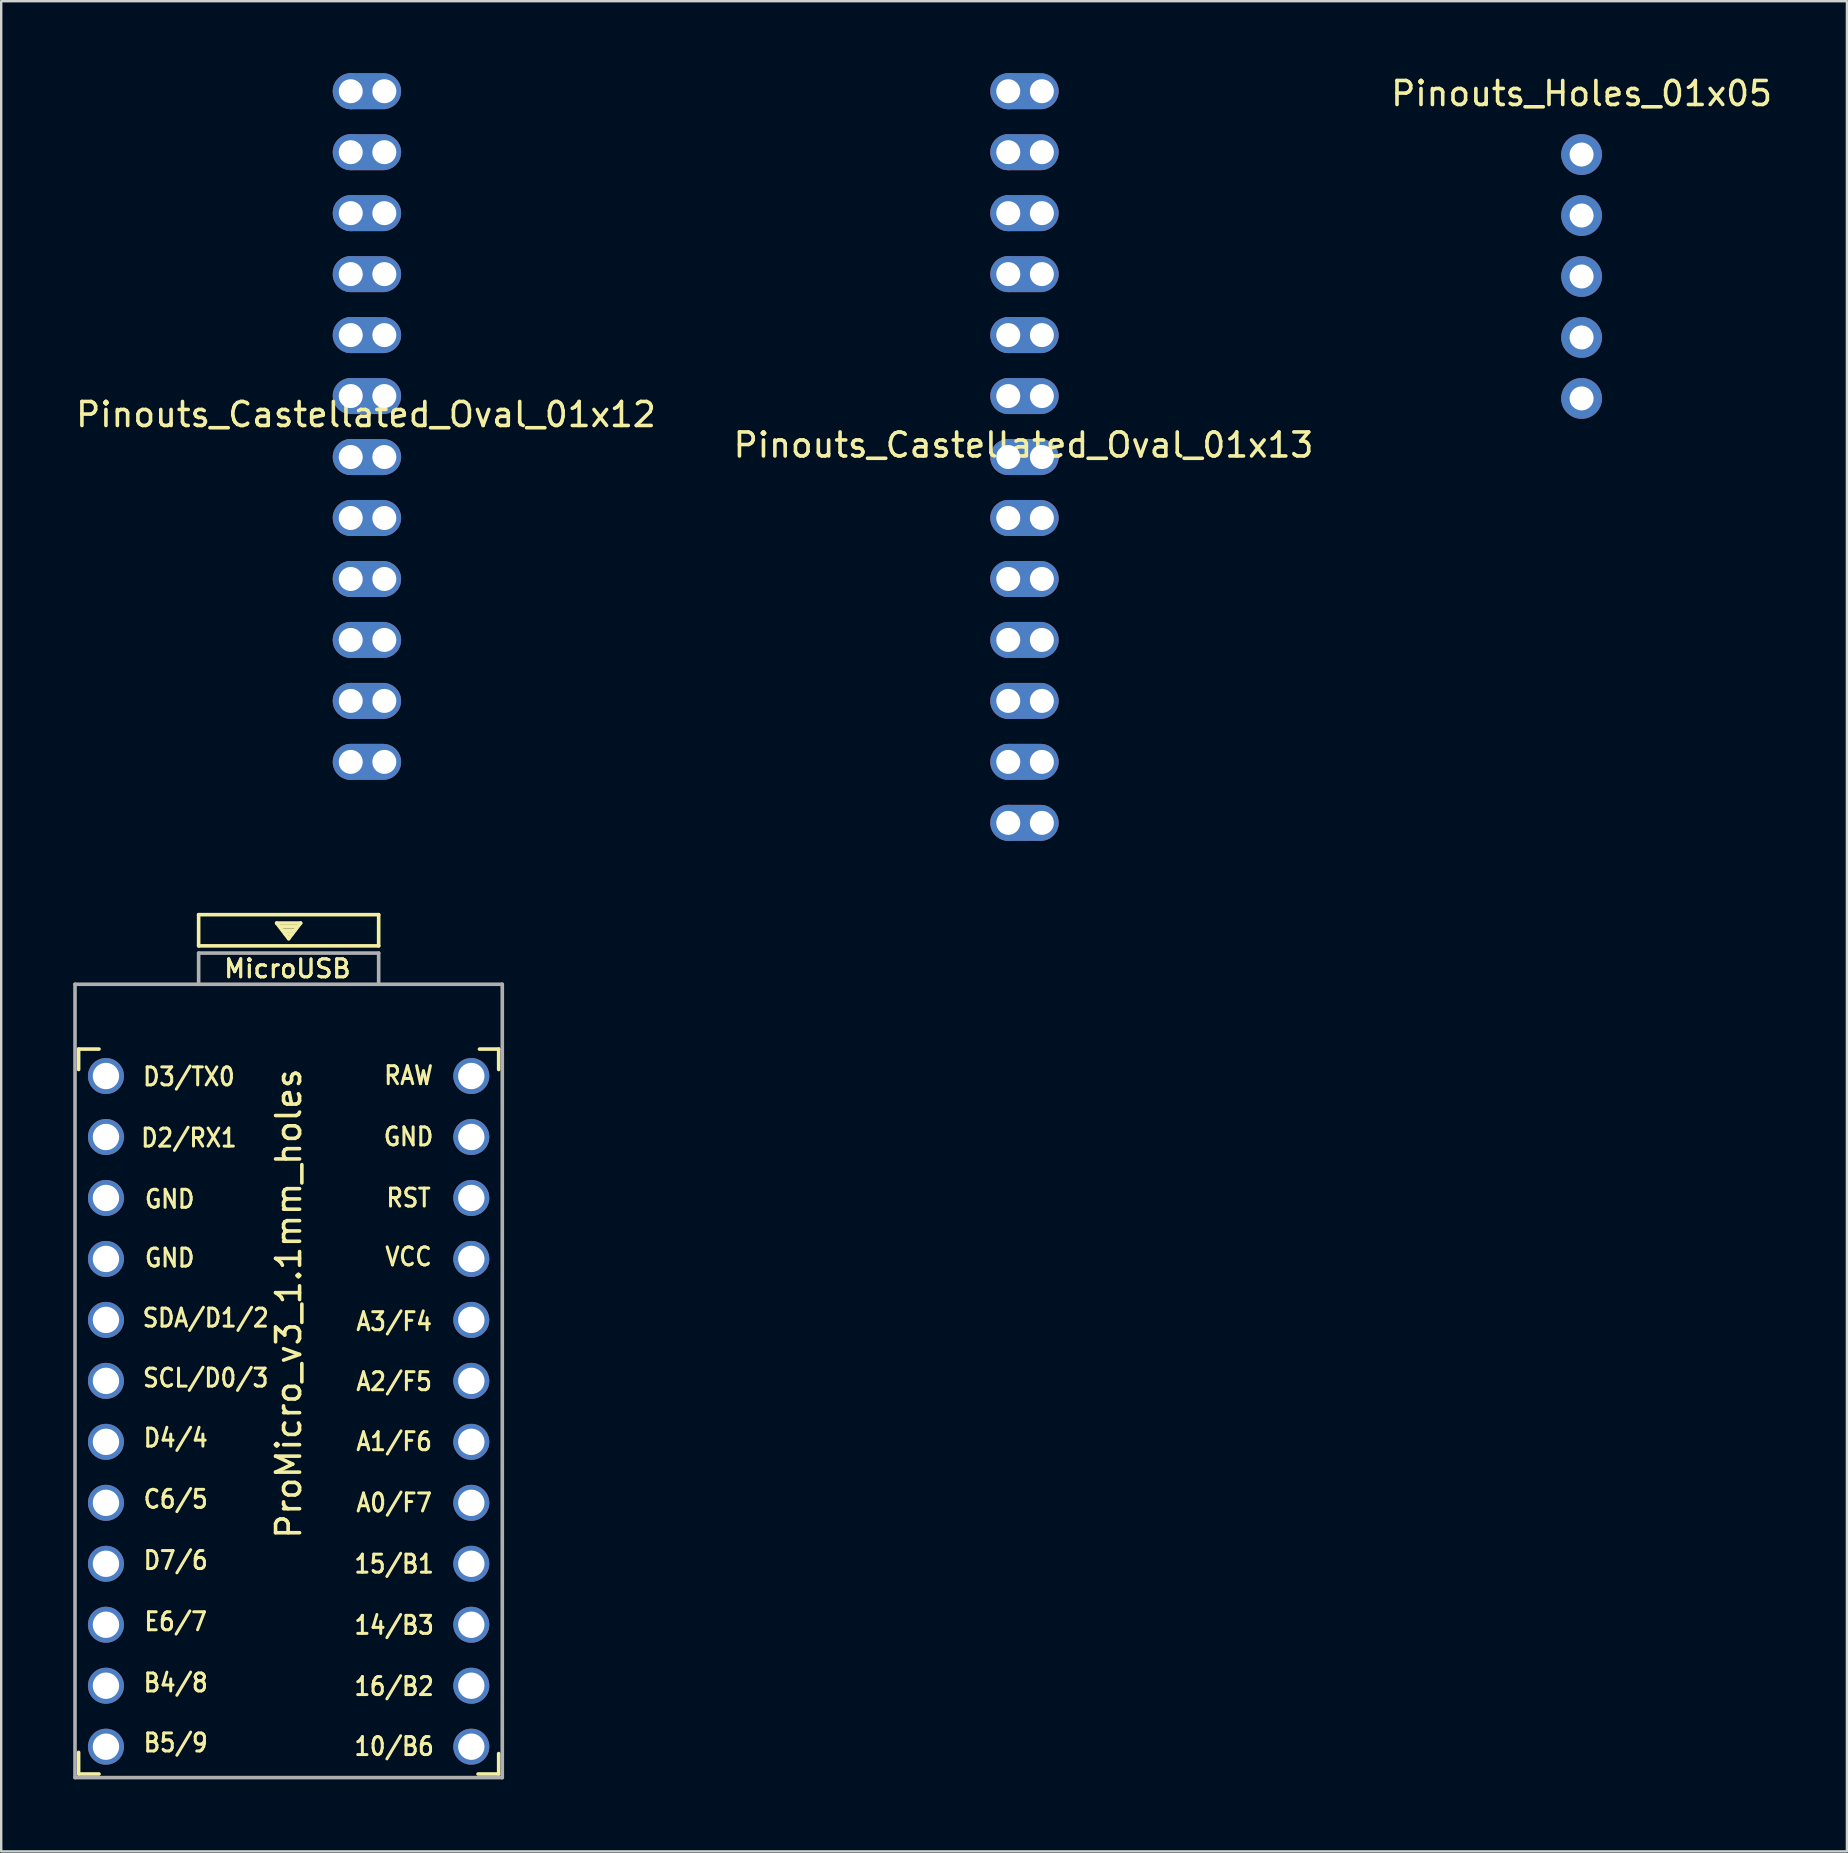
<source format=kicad_pcb>
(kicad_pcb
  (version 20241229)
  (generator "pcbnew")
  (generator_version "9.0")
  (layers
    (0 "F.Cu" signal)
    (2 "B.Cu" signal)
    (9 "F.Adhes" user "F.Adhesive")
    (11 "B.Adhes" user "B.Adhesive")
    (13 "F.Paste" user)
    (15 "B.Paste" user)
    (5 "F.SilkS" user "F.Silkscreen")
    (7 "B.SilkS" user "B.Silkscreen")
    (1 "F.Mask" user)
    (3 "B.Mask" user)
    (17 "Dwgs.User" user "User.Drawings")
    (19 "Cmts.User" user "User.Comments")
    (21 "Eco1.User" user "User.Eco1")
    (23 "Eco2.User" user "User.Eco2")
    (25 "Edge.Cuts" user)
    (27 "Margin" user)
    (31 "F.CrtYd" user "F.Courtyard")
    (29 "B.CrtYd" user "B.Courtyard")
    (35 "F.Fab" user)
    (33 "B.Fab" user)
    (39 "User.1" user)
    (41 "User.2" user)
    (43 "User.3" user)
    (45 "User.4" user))
  (footprint "ProMicro_v3_1.1mm_holes"
    (layer "F.Cu")
    (at 8.975 56.255)
    (property "Reference" "ProMicro_v3_1.1mm_holes" (at 0 -5 270) (layer "F.SilkS") (effects (font (size 1 1) (thickness 0.15))))
    (attr through_hole)
    (fp_line (start -8.75 -15.6) (end -8.75 -14.75) (stroke (width 0.15) (type solid)) (layer "F.SilkS"))
    (fp_line (start -8.75 -15.6) (end -7.9 -15.6) (stroke (width 0.15) (type solid)) (layer "F.SilkS"))
    (fp_line (start -8.75 13.7) (end -8.75 14.6) (stroke (width 0.15) (type solid)) (layer "F.SilkS"))
    (fp_line (start -8.75 14.6) (end -7.9 14.6) (stroke (width 0.15) (type solid)) (layer "F.SilkS"))
    (fp_line (start -3.75 -21.2) (end -3.75 -19.9) (stroke (width 0.15) (type solid)) (layer "F.SilkS"))
    (fp_line (start -3.75 -19.9) (end 3.75 -19.9) (stroke (width 0.15) (type solid)) (layer "F.SilkS"))
    (fp_line (start -0.5 -20.85) (end 0.5 -20.85) (stroke (width 0.15) (type solid)) (layer "F.SilkS"))
    (fp_line (start -0.35 -20.7) (end 0.35 -20.7) (stroke (width 0.15) (type solid)) (layer "F.SilkS"))
    (fp_line (start -0.25 -20.55) (end 0.25 -20.55) (stroke (width 0.15) (type solid)) (layer "F.SilkS"))
    (fp_line (start -0.15 -20.4) (end 0.15 -20.4) (stroke (width 0.15) (type solid)) (layer "F.SilkS"))
    (fp_line (start 0 -20.2) (end -0.5 -20.85) (stroke (width 0.15) (type solid)) (layer "F.SilkS"))
    (fp_line (start 0.5 -20.85) (end 0 -20.2) (stroke (width 0.15) (type solid)) (layer "F.SilkS"))
    (fp_line (start 3.75 -21.2) (end -3.75 -21.2) (stroke (width 0.15) (type solid)) (layer "F.SilkS"))
    (fp_line (start 3.75 -19.9) (end 3.75 -21.2) (stroke (width 0.15) (type solid)) (layer "F.SilkS"))
    (fp_line (start 8.75 -15.6) (end 7.95 -15.6) (stroke (width 0.15) (type solid)) (layer "F.SilkS"))
    (fp_line (start 8.75 -15.6) (end 8.75 -14.75) (stroke (width 0.15) (type solid)) (layer "F.SilkS"))
    (fp_line (start 8.75 13.75) (end 8.75 14.6) (stroke (width 0.15) (type solid)) (layer "F.SilkS"))
    (fp_line (start 8.75 14.6) (end 7.89 14.6) (stroke (width 0.15) (type solid)) (layer "F.SilkS"))
    (fp_line (start -8.9 -18.3) (end -3.75 -18.3) (stroke (width 0.15) (type solid)) (layer "F.Fab"))
    (fp_line (start -8.9 14.75) (end -8.9 -18.3) (stroke (width 0.15) (type solid)) (layer "F.Fab"))
    (fp_line (start -3.75 -19.6) (end -3.75 -18.299) (stroke (width 0.15) (type solid)) (layer "F.Fab"))
    (fp_line (start -3.75 -19.6) (end 3.75 -19.6) (stroke (width 0.15) (type solid)) (layer "F.Fab"))
    (fp_line (start -3.75 -18.3) (end 3.75 -18.3) (stroke (width 0.15) (type solid)) (layer "F.Fab"))
    (fp_line (start 3.75 -19.6) (end 3.75 -18.3) (stroke (width 0.15) (type solid)) (layer "F.Fab"))
    (fp_line (start 3.76 -18.3) (end 8.9 -18.3) (stroke (width 0.15) (type solid)) (layer "F.Fab"))
    (fp_line (start 8.9 -18.3) (end 8.9 14.75) (stroke (width 0.15) (type solid)) (layer "F.Fab"))
    (fp_line (start 8.9 14.75) (end -8.9 14.75) (stroke (width 0.15) (type solid)) (layer "F.Fab"))
    (fp_text user "MicroUSB" (at -0.05 -18.95 0) (layer "F.SilkS") (effects (font (size 0.75 0.75) (thickness 0.12))))
    (fp_text user "RST" (at 4.995 -9.4 0) (unlocked yes) (layer "F.SilkS") (effects (font (size 0.75 0.67) (thickness 0.125))))
    (fp_text user "D2/RX1" (at -4.155 -11.9 0) (unlocked yes) (layer "F.SilkS") (effects (font (size 0.75 0.67) (thickness 0.125))))
    (fp_text user "RAW" (at 4.995 -14.5 0) (unlocked yes) (layer "F.SilkS") (effects (font (size 0.75 0.67) (thickness 0.125))))
    (fp_text user "10/B6" (at 4.395 13.45 0) (unlocked yes) (layer "F.SilkS") (effects (font (size 0.75 0.67) (thickness 0.125))))
    (fp_text user "VCC" (at 4.995 -6.95 0) (unlocked yes) (layer "F.SilkS") (effects (font (size 0.75 0.67) (thickness 0.125))))
    (fp_text user "16/B2" (at 4.395 10.95 0) (unlocked yes) (layer "F.SilkS") (effects (font (size 0.75 0.67) (thickness 0.125))))
    (fp_text user "A1/F6" (at 4.395 0.75 0) (unlocked yes) (layer "F.SilkS") (effects (font (size 0.75 0.67) (thickness 0.125))))
    (fp_text user "15/B1" (at 4.395 5.85 0) (unlocked yes) (layer "F.SilkS") (effects (font (size 0.75 0.67) (thickness 0.125))))
    (fp_text user "SDA/D1/2" (at -3.455 -4.4 0) (unlocked yes) (layer "F.SilkS") (effects (font (size 0.75 0.67) (thickness 0.125))))
    (fp_text user "MicroUSB" (at -0.05 -18.95 0) (layer "F.SilkS") (effects (font (size 0.75 0.75) (thickness 0.12))))
    (fp_text user "GND" (at -4.955 -6.9 0) (unlocked yes) (layer "F.SilkS") (effects (font (size 0.75 0.67) (thickness 0.125))))
    (fp_text user "GND" (at -4.955 -9.35 0) (unlocked yes) (layer "F.SilkS") (effects (font (size 0.75 0.67) (thickness 0.125))))
    (fp_text user "D7/6" (at -4.705 5.7 0) (unlocked yes) (layer "F.SilkS") (effects (font (size 0.75 0.67) (thickness 0.125))))
    (fp_text user "D4/4" (at -4.705 0.6 0) (unlocked yes) (layer "F.SilkS") (effects (font (size 0.75 0.67) (thickness 0.125))))
    (fp_text user "B4/8" (at -4.705 10.8 0) (unlocked yes) (layer "F.SilkS") (effects (font (size 0.75 0.67) (thickness 0.125))))
    (fp_text user "A0/F7" (at 4.395 3.3 0) (unlocked yes) (layer "F.SilkS") (effects (font (size 0.75 0.67) (thickness 0.125))))
    (fp_text user "B5/9" (at -4.705 13.3 0) (unlocked yes) (layer "F.SilkS") (effects (font (size 0.75 0.67) (thickness 0.125))))
    (fp_text user "D3/TX0" (at -4.155 -14.45 0) (unlocked yes) (layer "F.SilkS") (effects (font (size 0.75 0.67) (thickness 0.125))))
    (fp_text user "SCL/D0/3" (at -3.455 -1.9 0) (unlocked yes) (layer "F.SilkS") (effects (font (size 0.75 0.67) (thickness 0.125))))
    (fp_text user "C6/5" (at -4.705 3.15 0) (unlocked yes) (layer "F.SilkS") (effects (font (size 0.75 0.67) (thickness 0.125))))
    (fp_text user "14/B3" (at 4.395 8.4 0) (unlocked yes) (layer "F.SilkS") (effects (font (size 0.75 0.67) (thickness 0.125))))
    (fp_text user "E6/7" (at -4.705 8.25 0) (unlocked yes) (layer "F.SilkS") (effects (font (size 0.75 0.67) (thickness 0.125))))
    (fp_text user "A2/F5" (at 4.395 -1.75 0) (unlocked yes) (layer "F.SilkS") (effects (font (size 0.75 0.67) (thickness 0.125))))
    (fp_text user "GND" (at 4.995 -11.95 0) (unlocked yes) (layer "F.SilkS") (effects (font (size 0.75 0.67) (thickness 0.125))))
    (fp_text user "A3/F4" (at 4.395 -4.25 0) (unlocked yes) (layer "F.SilkS") (effects (font (size 0.75 0.67) (thickness 0.125))))
    (pad "1" thru_hole circle (at -7.611 -14.478) (size 1.5 1.5) (drill 1.1) (layers "*.Cu" "B.Mask"))
    (pad "2" thru_hole circle (at -7.611 -11.938) (size 1.5 1.5) (drill 1.1) (layers "*.Cu" "B.Mask"))
    (pad "3" thru_hole circle (at -7.611 -9.398) (size 1.5 1.5) (drill 1.1) (layers "*.Cu" "B.Mask"))
    (pad "4" thru_hole circle (at -7.611 -6.858) (size 1.5 1.5) (drill 1.1) (layers "*.Cu" "B.Mask"))
    (pad "5" thru_hole circle (at -7.611 -4.318) (size 1.5 1.5) (drill 1.1) (layers "*.Cu" "B.Mask"))
    (pad "6" thru_hole circle (at -7.611 -1.778) (size 1.5 1.5) (drill 1.1) (layers "*.Cu" "B.Mask"))
    (pad "7" thru_hole circle (at -7.611 0.762) (size 1.5 1.5) (drill 1.1) (layers "*.Cu" "B.Mask"))
    (pad "8" thru_hole circle (at -7.611 3.302) (size 1.5 1.5) (drill 1.1) (layers "*.Cu" "B.Mask"))
    (pad "9" thru_hole circle (at -7.611 5.842) (size 1.5 1.5) (drill 1.1) (layers "*.Cu" "B.Mask"))
    (pad "10" thru_hole circle (at -7.611 8.382) (size 1.5 1.5) (drill 1.1) (layers "*.Cu" "B.Mask"))
    (pad "11" thru_hole circle (at -7.611 10.922) (size 1.5 1.5) (drill 1.1) (layers "*.Cu" "B.Mask"))
    (pad "12" thru_hole circle (at -7.611 13.462) (size 1.5 1.5) (drill 1.1) (layers "*.Cu" "B.Mask"))
    (pad "13" thru_hole circle (at 7.609 13.462) (size 1.5 1.5) (drill 1.1) (layers "*.Cu" "B.Mask"))
    (pad "14" thru_hole circle (at 7.609 10.922) (size 1.5 1.5) (drill 1.1) (layers "*.Cu" "B.Mask"))
    (pad "15" thru_hole circle (at 7.609 8.382) (size 1.5 1.5) (drill 1.1) (layers "*.Cu" "B.Mask"))
    (pad "16" thru_hole circle (at 7.609 5.842) (size 1.5 1.5) (drill 1.1) (layers "*.Cu" "B.Mask"))
    (pad "17" thru_hole circle (at 7.609 3.302) (size 1.5 1.5) (drill 1.1) (layers "*.Cu" "B.Mask"))
    (pad "18" thru_hole circle (at 7.609 0.762) (size 1.5 1.5) (drill 1.1) (layers "*.Cu" "B.Mask"))
    (pad "19" thru_hole circle (at 7.609 -1.778) (size 1.5 1.5) (drill 1.1) (layers "*.Cu" "B.Mask"))
    (pad "20" thru_hole circle (at 7.609 -4.318) (size 1.5 1.5) (drill 1.1) (layers "*.Cu" "B.Mask"))
    (pad "21" thru_hole circle (at 7.609 -6.858) (size 1.5 1.5) (drill 1.1) (layers "*.Cu" "B.Mask"))
    (pad "22" thru_hole circle (at 7.609 -9.398) (size 1.5 1.5) (drill 1.1) (layers "*.Cu" "B.Mask"))
    (pad "23" thru_hole circle (at 7.609 -11.938) (size 1.5 1.5) (drill 1.1) (layers "*.Cu" "B.Mask"))
    (pad "24" thru_hole circle (at 7.609 -14.478) (size 1.5 1.5) (drill 1.1) (layers "*.Cu" "B.Mask")))
  (footprint "Pinouts_Castellated_Oval_01x12"
    (layer "F.Cu")
    (at 12.196 14.72)
    (property "Reference" "Pinouts_Castellated_Oval_01x12" (at 0 -0.5 0) (unlocked yes) (layer "F.SilkS") (effects (font (size 1 1) (thickness 0.15))))
    (pad "1" thru_hole circle (at -0.635 -13.97) (size 1.5 1.5) (drill 1) (property pad_prop_castellated) (layers "*.Cu" "*.Mask"))
    (pad "1" thru_hole oval (at 0.765 -13.97) (size 2.8 1.5) (drill 1 (offset -0.7 0)) (layers "*.Cu" "*.Mask"))
    (pad "2" thru_hole circle (at -0.635 -11.43) (size 1.5 1.5) (drill 1) (property pad_prop_castellated) (layers "*.Cu" "*.Mask"))
    (pad "2" thru_hole oval (at 0.765 -11.43) (size 2.8 1.5) (drill 1 (offset -0.7 0)) (layers "*.Cu" "*.Mask"))
    (pad "3" thru_hole circle (at -0.635 -8.89) (size 1.5 1.5) (drill 1) (property pad_prop_castellated) (layers "*.Cu" "*.Mask"))
    (pad "3" thru_hole oval (at 0.765 -8.89) (size 2.8 1.5) (drill 1 (offset -0.7 0)) (layers "*.Cu" "*.Mask"))
    (pad "4" thru_hole circle (at -0.635 -6.35) (size 1.5 1.5) (drill 1) (property pad_prop_castellated) (layers "*.Cu" "*.Mask"))
    (pad "4" thru_hole oval (at 0.765 -6.35) (size 2.8 1.5) (drill 1 (offset -0.7 0)) (layers "*.Cu" "*.Mask"))
    (pad "5" thru_hole circle (at -0.635 -3.81) (size 1.5 1.5) (drill 1) (property pad_prop_castellated) (layers "*.Cu" "*.Mask"))
    (pad "5" thru_hole oval (at 0.765 -3.81) (size 2.8 1.5) (drill 1 (offset -0.7 0)) (layers "*.Cu" "*.Mask"))
    (pad "6" thru_hole circle (at -0.635 -1.27) (size 1.5 1.5) (drill 1) (property pad_prop_castellated) (layers "*.Cu" "*.Mask"))
    (pad "6" thru_hole oval (at 0.765 -1.27) (size 2.8 1.5) (drill 1 (offset -0.7 0)) (layers "*.Cu" "*.Mask"))
    (pad "7" thru_hole circle (at -0.635 1.27) (size 1.5 1.5) (drill 1) (property pad_prop_castellated) (layers "*.Cu" "*.Mask"))
    (pad "7" thru_hole oval (at 0.765 1.27) (size 2.8 1.5) (drill 1 (offset -0.7 0)) (layers "*.Cu" "*.Mask"))
    (pad "8" thru_hole circle (at -0.635 3.81) (size 1.5 1.5) (drill 1) (property pad_prop_castellated) (layers "*.Cu" "*.Mask"))
    (pad "8" thru_hole oval (at 0.765 3.81) (size 2.8 1.5) (drill 1 (offset -0.7 0)) (layers "*.Cu" "*.Mask"))
    (pad "9" thru_hole circle (at -0.635 6.35) (size 1.5 1.5) (drill 1) (property pad_prop_castellated) (layers "*.Cu" "*.Mask"))
    (pad "9" thru_hole oval (at 0.765 6.35) (size 2.8 1.5) (drill 1 (offset -0.7 0)) (layers "*.Cu" "*.Mask"))
    (pad "10" thru_hole circle (at -0.635 8.89) (size 1.5 1.5) (drill 1) (property pad_prop_castellated) (layers "*.Cu" "*.Mask"))
    (pad "10" thru_hole oval (at 0.765 8.89) (size 2.8 1.5) (drill 1 (offset -0.7 0)) (layers "*.Cu" "*.Mask"))
    (pad "11" thru_hole circle (at -0.635 11.43) (size 1.5 1.5) (drill 1) (property pad_prop_castellated) (layers "*.Cu" "*.Mask"))
    (pad "11" thru_hole oval (at 0.765 11.43) (size 2.8 1.5) (drill 1 (offset -0.7 0)) (layers "*.Cu" "*.Mask"))
    (pad "12" thru_hole circle (at -0.635 13.97) (size 1.5 1.5) (drill 1) (property pad_prop_castellated) (layers "*.Cu" "*.Mask"))
    (pad "12" thru_hole oval (at 0.765 13.97) (size 2.8 1.5) (drill 1 (offset -0.7 0)) (layers "*.Cu" "*.Mask")))
  (footprint "Pinouts_Holes_01x05"
    (layer "F.Cu")
    (at 62.839 3.388)
    (property "Reference" "Pinouts_Holes_01x05" (at 0 -2.54 0) (layer "F.SilkS") (effects (font (size 1 1) (thickness 0.15))))
    (attr through_hole)
    (pad "1" thru_hole circle (at 0 0) (size 1.7 1.7) (drill 1) (layers "*.Cu" "*.Mask"))
    (pad "2" thru_hole circle (at 0 2.54) (size 1.7 1.7) (drill 1) (layers "*.Cu" "*.Mask"))
    (pad "3" thru_hole circle (at 0 5.08) (size 1.7 1.7) (drill 1) (layers "*.Cu" "*.Mask"))
    (pad "4" thru_hole circle (at 0 7.62) (size 1.7 1.7) (drill 1) (layers "*.Cu" "*.Mask"))
    (pad "5" thru_hole circle (at 0 10.16) (size 1.7 1.7) (drill 1) (layers "*.Cu" "*.Mask")))
  (footprint "Pinouts_Castellated_Oval_01x13"
    (layer "F.Cu")
    (at 39.589 15.99)
    (property "Reference" "Pinouts_Castellated_Oval_01x13" (at 0 -0.5 0) (unlocked yes) (layer "F.SilkS") (effects (font (size 1 1) (thickness 0.15))))
    (pad "1" thru_hole circle (at -0.635 -15.24) (size 1.5 1.5) (drill 1) (property pad_prop_castellated) (layers "*.Cu" "*.Mask"))
    (pad "1" thru_hole oval (at 0.765 -15.24) (size 2.8 1.5) (drill 1 (offset -0.7 0)) (layers "*.Cu" "*.Mask"))
    (pad "2" thru_hole circle (at -0.635 -12.7) (size 1.5 1.5) (drill 1) (property pad_prop_castellated) (layers "*.Cu" "*.Mask"))
    (pad "2" thru_hole oval (at 0.765 -12.7) (size 2.8 1.5) (drill 1 (offset -0.7 0)) (layers "*.Cu" "*.Mask"))
    (pad "3" thru_hole circle (at -0.635 -10.16) (size 1.5 1.5) (drill 1) (property pad_prop_castellated) (layers "*.Cu" "*.Mask"))
    (pad "3" thru_hole oval (at 0.765 -10.16) (size 2.8 1.5) (drill 1 (offset -0.7 0)) (layers "*.Cu" "*.Mask"))
    (pad "4" thru_hole circle (at -0.635 -7.62) (size 1.5 1.5) (drill 1) (property pad_prop_castellated) (layers "*.Cu" "*.Mask"))
    (pad "4" thru_hole oval (at 0.765 -7.62) (size 2.8 1.5) (drill 1 (offset -0.7 0)) (layers "*.Cu" "*.Mask"))
    (pad "5" thru_hole circle (at -0.635 -5.08) (size 1.5 1.5) (drill 1) (property pad_prop_castellated) (layers "*.Cu" "*.Mask"))
    (pad "5" thru_hole oval (at 0.765 -5.08) (size 2.8 1.5) (drill 1 (offset -0.7 0)) (layers "*.Cu" "*.Mask"))
    (pad "6" thru_hole circle (at -0.635 -2.54) (size 1.5 1.5) (drill 1) (property pad_prop_castellated) (layers "*.Cu" "*.Mask"))
    (pad "6" thru_hole oval (at 0.765 -2.54) (size 2.8 1.5) (drill 1 (offset -0.7 0)) (layers "*.Cu" "*.Mask"))
    (pad "7" thru_hole circle (at -0.635 0) (size 1.5 1.5) (drill 1) (property pad_prop_castellated) (layers "*.Cu" "*.Mask"))
    (pad "7" thru_hole oval (at 0.765 0) (size 2.8 1.5) (drill 1 (offset -0.7 0)) (layers "*.Cu" "*.Mask"))
    (pad "8" thru_hole circle (at -0.635 2.54) (size 1.5 1.5) (drill 1) (property pad_prop_castellated) (layers "*.Cu" "*.Mask"))
    (pad "8" thru_hole oval (at 0.765 2.54) (size 2.8 1.5) (drill 1 (offset -0.7 0)) (layers "*.Cu" "*.Mask"))
    (pad "9" thru_hole circle (at -0.635 5.08) (size 1.5 1.5) (drill 1) (property pad_prop_castellated) (layers "*.Cu" "*.Mask"))
    (pad "9" thru_hole oval (at 0.765 5.08) (size 2.8 1.5) (drill 1 (offset -0.7 0)) (layers "*.Cu" "*.Mask"))
    (pad "10" thru_hole circle (at -0.635 7.62) (size 1.5 1.5) (drill 1) (property pad_prop_castellated) (layers "*.Cu" "*.Mask"))
    (pad "10" thru_hole oval (at 0.765 7.62) (size 2.8 1.5) (drill 1 (offset -0.7 0)) (layers "*.Cu" "*.Mask"))
    (pad "11" thru_hole circle (at -0.635 10.16) (size 1.5 1.5) (drill 1) (property pad_prop_castellated) (layers "*.Cu" "*.Mask"))
    (pad "11" thru_hole oval (at 0.765 10.16) (size 2.8 1.5) (drill 1 (offset -0.7 0)) (layers "*.Cu" "*.Mask"))
    (pad "12" thru_hole circle (at -0.635 12.7) (size 1.5 1.5) (drill 1) (property pad_prop_castellated) (layers "*.Cu" "*.Mask"))
    (pad "12" thru_hole oval (at 0.765 12.7) (size 2.8 1.5) (drill 1 (offset -0.7 0)) (layers "*.Cu" "*.Mask"))
    (pad "13" thru_hole circle (at -0.635 15.24) (size 1.5 1.5) (drill 1) (property pad_prop_castellated) (layers "*.Cu" "*.Mask"))
    (pad "13" thru_hole oval (at 0.765 15.24) (size 2.8 1.5) (drill 1 (offset -0.7 0)) (layers "*.Cu" "*.Mask")))
  (gr_rect
    (start -3 -3)
    (end 73.893 74.08)
    (stroke (width 0.1) (type default))
    (fill no)
    (layer "Edge.Cuts")))
</source>
